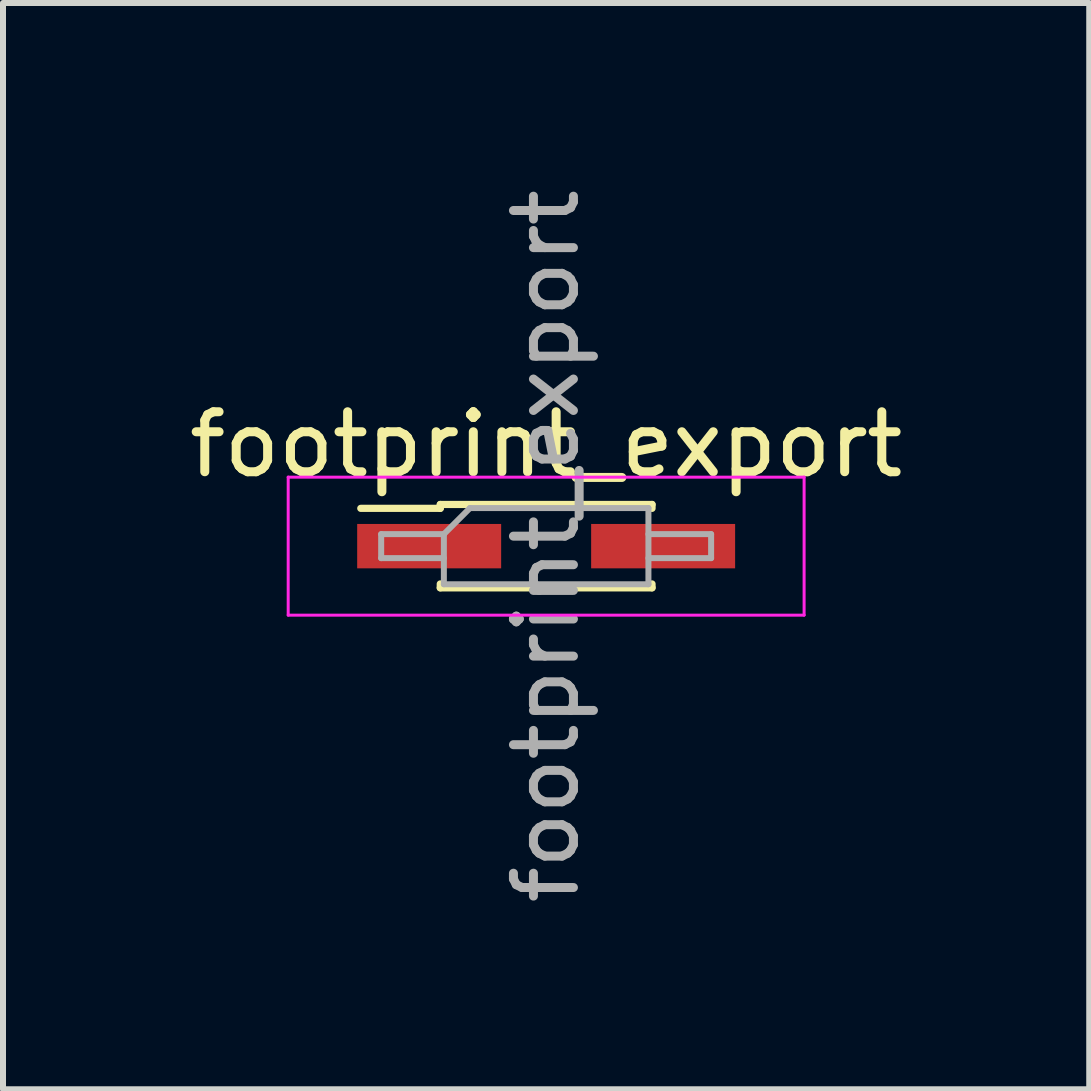
<source format=kicad_pcb>
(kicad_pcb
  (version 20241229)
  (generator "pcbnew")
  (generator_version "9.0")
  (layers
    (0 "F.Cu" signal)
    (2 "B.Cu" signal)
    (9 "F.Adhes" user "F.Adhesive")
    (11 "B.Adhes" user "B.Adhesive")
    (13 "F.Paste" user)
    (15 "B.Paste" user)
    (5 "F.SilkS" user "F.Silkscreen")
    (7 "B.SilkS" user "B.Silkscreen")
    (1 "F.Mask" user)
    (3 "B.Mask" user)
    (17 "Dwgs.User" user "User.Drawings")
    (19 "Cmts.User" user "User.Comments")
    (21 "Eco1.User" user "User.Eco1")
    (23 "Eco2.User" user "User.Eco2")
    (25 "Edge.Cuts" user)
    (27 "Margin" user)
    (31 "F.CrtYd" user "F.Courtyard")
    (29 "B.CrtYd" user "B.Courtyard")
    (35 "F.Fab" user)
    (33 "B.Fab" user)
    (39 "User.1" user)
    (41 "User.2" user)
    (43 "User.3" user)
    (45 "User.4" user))
  (footprint "footprint_export"
    (layer "F.Cu")
    (at 6.054 6.054)
    (property "Reference" "footprint_export" (at 0 -1.695 0) (layer "F.SilkS") (effects (font (size 1 1) (thickness 0.15))))
    (attr smd)
    (fp_line (start -3.09 -0.63) (end -1.765 -0.63) (stroke (width 0.12) (type solid)) (layer "F.SilkS"))
    (fp_line (start -1.765 -0.695) (end -1.765 -0.63) (stroke (width 0.12) (type solid)) (layer "F.SilkS"))
    (fp_line (start -1.765 -0.695) (end 1.765 -0.695) (stroke (width 0.12) (type solid)) (layer "F.SilkS"))
    (fp_line (start -1.765 0.63) (end -1.765 0.695) (stroke (width 0.12) (type solid)) (layer "F.SilkS"))
    (fp_line (start -1.765 0.695) (end 1.765 0.695) (stroke (width 0.12) (type solid)) (layer "F.SilkS"))
    (fp_line (start 1.765 -0.695) (end 1.765 -0.63) (stroke (width 0.12) (type solid)) (layer "F.SilkS"))
    (fp_line (start 1.765 0.63) (end 1.765 0.695) (stroke (width 0.12) (type solid)) (layer "F.SilkS"))
    (fp_line (start -4.3 -1.15) (end -4.3 1.15) (stroke (width 0.05) (type solid)) (layer "F.CrtYd"))
    (fp_line (start -4.3 1.15) (end 4.3 1.15) (stroke (width 0.05) (type solid)) (layer "F.CrtYd"))
    (fp_line (start 4.3 -1.15) (end -4.3 -1.15) (stroke (width 0.05) (type solid)) (layer "F.CrtYd"))
    (fp_line (start 4.3 1.15) (end 4.3 -1.15) (stroke (width 0.05) (type solid)) (layer "F.CrtYd"))
    (fp_line (start -2.75 -0.2) (end -2.75 0.2) (stroke (width 0.1) (type solid)) (layer "F.Fab"))
    (fp_line (start -2.75 0.2) (end -1.705 0.2) (stroke (width 0.1) (type solid)) (layer "F.Fab"))
    (fp_line (start -1.705 -0.2) (end -2.75 -0.2) (stroke (width 0.1) (type solid)) (layer "F.Fab"))
    (fp_line (start -1.705 -0.2) (end -1.27 -0.635) (stroke (width 0.1) (type solid)) (layer "F.Fab"))
    (fp_line (start -1.705 0.635) (end -1.705 -0.2) (stroke (width 0.1) (type solid)) (layer "F.Fab"))
    (fp_line (start -1.27 -0.635) (end 1.705 -0.635) (stroke (width 0.1) (type solid)) (layer "F.Fab"))
    (fp_line (start 1.705 -0.635) (end 1.705 0.635) (stroke (width 0.1) (type solid)) (layer "F.Fab"))
    (fp_line (start 1.705 -0.2) (end 2.75 -0.2) (stroke (width 0.1) (type solid)) (layer "F.Fab"))
    (fp_line (start 1.705 0.635) (end -1.705 0.635) (stroke (width 0.1) (type solid)) (layer "F.Fab"))
    (fp_line (start 2.75 -0.2) (end 2.75 0.2) (stroke (width 0.1) (type solid)) (layer "F.Fab"))
    (fp_line (start 2.75 0.2) (end 1.705 0.2) (stroke (width 0.1) (type solid)) (layer "F.Fab"))
    (fp_text user "${REFERENCE}" (at 0 0 90) (layer "F.Fab") (effects (font (size 1 1) (thickness 0.15))))
    (pad "1" smd rect (at -1.95 0) (size 2.4 0.74) (layers "F.Cu" "F.Mask" "F.Paste"))
    (pad "2" smd rect (at 1.95 0) (size 2.4 0.74) (layers "F.Cu" "F.Mask" "F.Paste")))
  (gr_rect
    (start -3 -3)
    (end 15.107 15.107)
    (stroke (width 0.1) (type default))
    (fill no)
    (layer "Edge.Cuts")))
</source>
